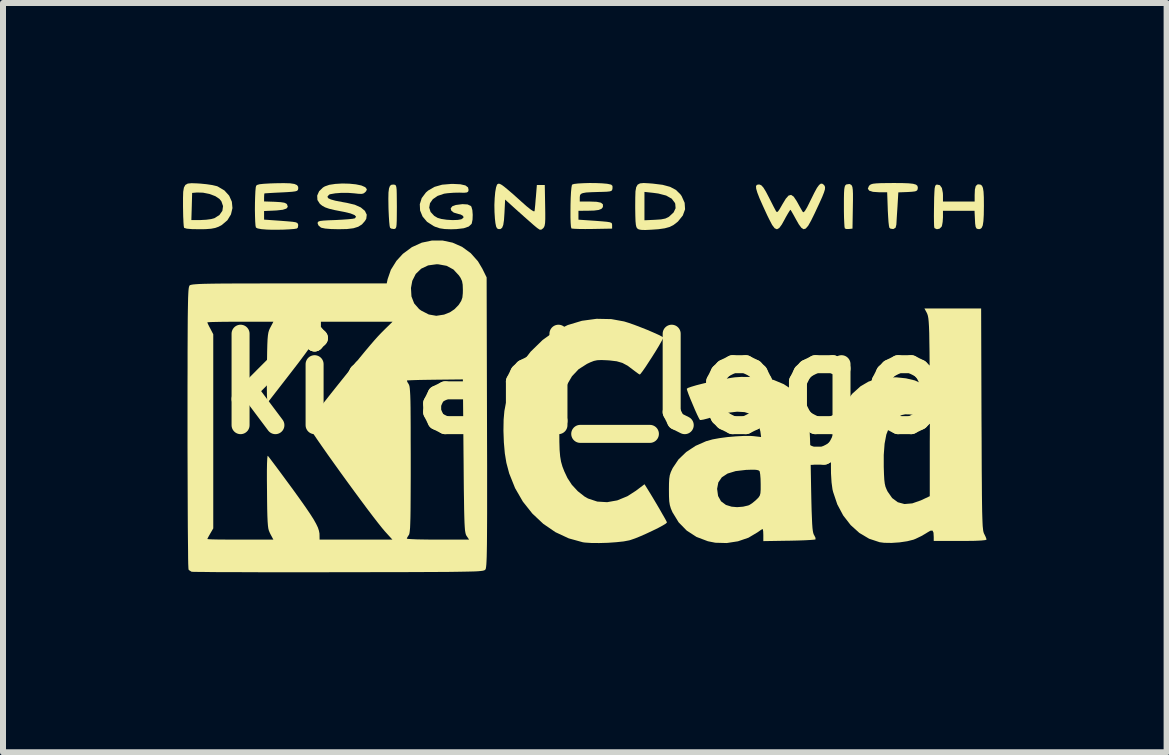
<source format=kicad_pcb>
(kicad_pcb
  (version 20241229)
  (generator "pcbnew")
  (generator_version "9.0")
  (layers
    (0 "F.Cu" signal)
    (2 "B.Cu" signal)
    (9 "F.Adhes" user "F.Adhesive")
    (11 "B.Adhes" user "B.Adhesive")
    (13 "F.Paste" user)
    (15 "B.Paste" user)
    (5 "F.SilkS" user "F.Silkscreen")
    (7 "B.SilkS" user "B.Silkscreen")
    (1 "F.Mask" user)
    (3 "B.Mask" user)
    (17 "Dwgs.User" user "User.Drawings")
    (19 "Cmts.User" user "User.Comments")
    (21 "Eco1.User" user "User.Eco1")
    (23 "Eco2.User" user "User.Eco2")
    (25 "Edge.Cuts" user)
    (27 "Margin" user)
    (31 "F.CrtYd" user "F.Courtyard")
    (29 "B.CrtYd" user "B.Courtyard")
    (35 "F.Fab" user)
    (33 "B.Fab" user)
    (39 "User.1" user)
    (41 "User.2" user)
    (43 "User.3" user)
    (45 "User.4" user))
  (footprint "kicad_logo"
    (layer "F.Cu")
    (at 6.656 3.346)
    (property "Reference" "kicad_logo" (at 0 0 0) (layer "F.SilkS") (effects (font (size 1.524 1.524) (thickness 0.3))))
    (attr board_only exclude_from_pos_files exclude_from_bom)
    (fp_poly (pts (xy 4.477 -3.317) (xy 4.491 -3.302) (xy 4.5 -3.276) (xy 4.506 -3.233) (xy 4.509 -3.165) (xy 4.509 -3.067) (xy 4.507 -2.938) (xy 4.501 -2.586) (xy 4.445 -2.58) (xy 4.397 -2.58) (xy 4.374 -2.589) (xy 4.368 -2.615) (xy 4.364 -2.678) (xy 4.36 -2.768) (xy 4.358 -2.88) (xy 4.358 -2.952) (xy 4.358 -3.084) (xy 4.36 -3.179) (xy 4.364 -3.243) (xy 4.371 -3.283) (xy 4.381 -3.307) (xy 4.395 -3.32) (xy 4.399 -3.322) (xy 4.45 -3.33)) (stroke (width 0) (type solid)) (fill yes) (layer "F.SilkS"))
    (fp_poly (pts (xy -3.138 -3.319) (xy -3.121 -3.315) (xy -3.109 -3.304) (xy -3.101 -3.279) (xy -3.096 -3.234) (xy -3.094 -3.164) (xy -3.093 -3.06) (xy -3.092 -2.949) (xy -3.093 -2.815) (xy -3.094 -2.719) (xy -3.097 -2.654) (xy -3.102 -2.614) (xy -3.111 -2.592) (xy -3.124 -2.583) (xy -3.14 -2.579) (xy -3.186 -2.586) (xy -3.206 -2.601) (xy -3.213 -2.633) (xy -3.22 -2.7) (xy -3.226 -2.793) (xy -3.231 -2.904) (xy -3.232 -2.945) (xy -3.234 -3.085) (xy -3.232 -3.187) (xy -3.223 -3.256) (xy -3.207 -3.298) (xy -3.183 -3.317) (xy -3.148 -3.32)) (stroke (width 0) (type solid)) (fill yes) (layer "F.SilkS"))
    (fp_poly (pts (xy 5.329 -3.345) (xy 5.437 -3.341) (xy 5.512 -3.333) (xy 5.559 -3.319) (xy 5.583 -3.299) (xy 5.59 -3.27) (xy 5.587 -3.242) (xy 5.576 -3.221) (xy 5.546 -3.207) (xy 5.489 -3.2) (xy 5.422 -3.196) (xy 5.265 -3.19) (xy 5.251 -2.954) (xy 5.244 -2.849) (xy 5.238 -2.754) (xy 5.234 -2.682) (xy 5.232 -2.652) (xy 5.219 -2.601) (xy 5.184 -2.58) (xy 5.18 -2.579) (xy 5.135 -2.585) (xy 5.116 -2.6) (xy 5.109 -2.631) (xy 5.101 -2.697) (xy 5.095 -2.789) (xy 5.089 -2.896) (xy 5.089 -2.909) (xy 5.079 -3.192) (xy 4.943 -3.192) (xy 4.842 -3.199) (xy 4.779 -3.219) (xy 4.757 -3.252) (xy 4.775 -3.296) (xy 4.789 -3.311) (xy 4.809 -3.324) (xy 4.843 -3.334) (xy 4.898 -3.34) (xy 4.98 -3.344) (xy 5.096 -3.345) (xy 5.182 -3.346)) (stroke (width 0) (type solid)) (fill yes) (layer "F.SilkS"))
    (fp_poly (pts (xy 6.635 -3.319) (xy 6.659 -3.301) (xy 6.675 -3.264) (xy 6.685 -3.202) (xy 6.69 -3.108) (xy 6.691 -2.978) (xy 6.691 -2.96) (xy 6.689 -2.816) (xy 6.683 -2.711) (xy 6.672 -2.639) (xy 6.653 -2.597) (xy 6.626 -2.578) (xy 6.591 -2.579) (xy 6.567 -2.589) (xy 6.553 -2.617) (xy 6.545 -2.671) (xy 6.542 -2.735) (xy 6.535 -2.883) (xy 6.009 -2.883) (xy 6.009 -2.772) (xy 6.004 -2.698) (xy 5.993 -2.637) (xy 5.986 -2.618) (xy 5.952 -2.585) (xy 5.907 -2.576) (xy 5.871 -2.592) (xy 5.864 -2.604) (xy 5.861 -2.635) (xy 5.859 -2.701) (xy 5.858 -2.795) (xy 5.859 -2.908) (xy 5.86 -2.972) (xy 5.862 -3.102) (xy 5.866 -3.194) (xy 5.87 -3.255) (xy 5.878 -3.292) (xy 5.888 -3.311) (xy 5.903 -3.319) (xy 5.908 -3.32) (xy 5.957 -3.31) (xy 5.991 -3.263) (xy 6.007 -3.181) (xy 6.009 -3.143) (xy 6.009 -3.037) (xy 6.537 -3.037) (xy 6.537 -3.146) (xy 6.541 -3.239) (xy 6.555 -3.295) (xy 6.582 -3.321) (xy 6.601 -3.324)) (stroke (width 0) (type solid)) (fill yes) (layer "F.SilkS"))
    (fp_poly (pts (xy 1.11 -3.341) (xy 1.174 -3.336) (xy 1.336 -3.316) (xy 1.462 -3.282) (xy 1.558 -3.231) (xy 1.631 -3.16) (xy 1.654 -3.128) (xy 1.704 -3.016) (xy 1.711 -2.908) (xy 1.673 -2.804) (xy 1.593 -2.705) (xy 1.579 -2.693) (xy 1.518 -2.646) (xy 1.452 -2.613) (xy 1.372 -2.591) (xy 1.267 -2.576) (xy 1.15 -2.568) (xy 1.048 -2.563) (xy 0.98 -2.565) (xy 0.939 -2.573) (xy 0.914 -2.589) (xy 0.9 -2.611) (xy 0.891 -2.649) (xy 0.885 -2.71) (xy 0.882 -2.801) (xy 0.88 -2.928) (xy 0.88 -2.961) (xy 0.881 -3.102) (xy 0.884 -3.198) (xy 1.034 -3.198) (xy 1.034 -2.725) (xy 1.209 -2.733) (xy 1.311 -2.74) (xy 1.382 -2.754) (xy 1.433 -2.778) (xy 1.446 -2.787) (xy 1.52 -2.856) (xy 1.553 -2.926) (xy 1.547 -3) (xy 1.541 -3.015) (xy 1.488 -3.085) (xy 1.396 -3.137) (xy 1.264 -3.171) (xy 1.182 -3.182) (xy 1.034 -3.198) (xy 0.884 -3.198) (xy 0.884 -3.205) (xy 0.896 -3.275) (xy 0.92 -3.318) (xy 0.96 -3.34) (xy 1.022 -3.346)) (stroke (width 0) (type solid)) (fill yes) (layer "F.SilkS"))
    (fp_poly (pts (xy -6.426 -3.34) (xy -6.364 -3.336) (xy -6.263 -3.326) (xy -6.169 -3.312) (xy -6.097 -3.295) (xy -6.079 -3.289) (xy -5.966 -3.222) (xy -5.887 -3.135) (xy -5.842 -3.034) (xy -5.832 -2.928) (xy -5.857 -2.823) (xy -5.916 -2.726) (xy -6.01 -2.646) (xy -6.064 -2.617) (xy -6.12 -2.597) (xy -6.189 -2.584) (xy -6.283 -2.577) (xy -6.387 -2.576) (xy -6.509 -2.578) (xy -6.592 -2.585) (xy -6.634 -2.597) (xy -6.638 -2.6) (xy -6.644 -2.63) (xy -6.649 -2.696) (xy -6.65 -2.729) (xy -6.517 -2.729) (xy -6.361 -2.729) (xy -6.27 -2.734) (xy -6.187 -2.745) (xy -6.132 -2.76) (xy -6.049 -2.813) (xy -6 -2.883) (xy -5.989 -2.961) (xy -6.016 -3.04) (xy -6.049 -3.081) (xy -6.118 -3.127) (xy -6.214 -3.163) (xy -6.322 -3.185) (xy -6.426 -3.188) (xy -6.432 -3.187) (xy -6.504 -3.181) (xy -6.51 -2.955) (xy -6.517 -2.729) (xy -6.65 -2.729) (xy -6.653 -2.788) (xy -6.655 -2.9) (xy -6.656 -2.954) (xy -6.656 -3.096) (xy -6.653 -3.2) (xy -6.641 -3.27) (xy -6.617 -3.314) (xy -6.576 -3.337) (xy -6.514 -3.343)) (stroke (width 0) (type solid)) (fill yes) (layer "F.SilkS"))
    (fp_poly (pts (xy -1.38 -3.333) (xy -1.35 -3.318) (xy -1.306 -3.287) (xy -1.244 -3.236) (xy -1.159 -3.163) (xy -1.047 -3.063) (xy -1.023 -3.041) (xy -0.928 -2.957) (xy -0.86 -2.903) (xy -0.818 -2.876) (xy -0.799 -2.875) (xy -0.797 -2.88) (xy -0.793 -2.917) (xy -0.786 -2.986) (xy -0.779 -3.075) (xy -0.775 -3.114) (xy -0.759 -3.313) (xy -0.627 -3.313) (xy -0.621 -2.97) (xy -0.619 -2.839) (xy -0.619 -2.744) (xy -0.622 -2.68) (xy -0.629 -2.638) (xy -0.639 -2.611) (xy -0.654 -2.592) (xy -0.657 -2.589) (xy -0.686 -2.568) (xy -0.711 -2.568) (xy -0.749 -2.593) (xy -0.773 -2.612) (xy -0.818 -2.65) (xy -0.886 -2.71) (xy -0.969 -2.783) (xy -1.058 -2.863) (xy -1.068 -2.871) (xy -1.288 -3.07) (xy -1.299 -2.846) (xy -1.307 -2.727) (xy -1.319 -2.647) (xy -1.338 -2.6) (xy -1.365 -2.579) (xy -1.401 -2.579) (xy -1.423 -2.591) (xy -1.438 -2.621) (xy -1.45 -2.68) (xy -1.458 -2.752) (xy -1.465 -2.863) (xy -1.467 -2.98) (xy -1.462 -3.093) (xy -1.453 -3.194) (xy -1.439 -3.273) (xy -1.423 -3.319) (xy -1.417 -3.325) (xy -1.401 -3.334)) (stroke (width 0) (type solid)) (fill yes) (layer "F.SilkS"))
    (fp_poly (pts (xy -2.034 -3.325) (xy -1.95 -3.306) (xy -1.906 -3.273) (xy -1.897 -3.229) (xy -1.904 -3.203) (xy -1.924 -3.189) (xy -1.966 -3.184) (xy -2.041 -3.185) (xy -2.047 -3.186) (xy -2.146 -3.184) (xy -2.247 -3.176) (xy -2.305 -3.168) (xy -2.414 -3.131) (xy -2.493 -3.076) (xy -2.54 -3.009) (xy -2.553 -2.936) (xy -2.53 -2.864) (xy -2.47 -2.799) (xy -2.413 -2.765) (xy -2.35 -2.747) (xy -2.262 -2.734) (xy -2.165 -2.728) (xy -2.078 -2.731) (xy -2.016 -2.742) (xy -2.016 -2.743) (xy -1.982 -2.767) (xy -1.987 -2.796) (xy -2.026 -2.82) (xy -2.069 -2.831) (xy -2.144 -2.853) (xy -2.186 -2.887) (xy -2.195 -2.925) (xy -2.167 -2.959) (xy -2.109 -2.98) (xy -1.999 -2.994) (xy -1.914 -2.989) (xy -1.86 -2.964) (xy -1.85 -2.951) (xy -1.834 -2.895) (xy -1.828 -2.816) (xy -1.831 -2.735) (xy -1.844 -2.673) (xy -1.848 -2.664) (xy -1.894 -2.621) (xy -1.977 -2.592) (xy -2.099 -2.578) (xy -2.188 -2.575) (xy -2.296 -2.579) (xy -2.377 -2.591) (xy -2.452 -2.616) (xy -2.48 -2.629) (xy -2.589 -2.699) (xy -2.664 -2.788) (xy -2.705 -2.888) (xy -2.71 -2.993) (xy -2.678 -3.095) (xy -2.608 -3.188) (xy -2.57 -3.221) (xy -2.464 -3.282) (xy -2.338 -3.318) (xy -2.183 -3.331) (xy -2.157 -3.331)) (stroke (width 0) (type solid)) (fill yes) (layer "F.SilkS"))
    (fp_poly (pts (xy 0.225 -3.345) (xy 0.324 -3.341) (xy 0.406 -3.334) (xy 0.425 -3.331) (xy 0.479 -3.319) (xy 0.501 -3.298) (xy 0.502 -3.26) (xy 0.502 -3.26) (xy 0.497 -3.234) (xy 0.486 -3.217) (xy 0.459 -3.207) (xy 0.408 -3.201) (xy 0.326 -3.198) (xy 0.275 -3.197) (xy 0.151 -3.193) (xy 0.063 -3.188) (xy 0.007 -3.178) (xy -0.025 -3.164) (xy -0.04 -3.141) (xy -0.044 -3.109) (xy -0.044 -3.103) (xy -0.044 -3.037) (xy 0.129 -3.037) (xy 0.239 -3.033) (xy 0.309 -3.018) (xy 0.342 -2.99) (xy 0.342 -2.95) (xy 0.34 -2.943) (xy 0.317 -2.915) (xy 0.271 -2.897) (xy 0.195 -2.887) (xy 0.083 -2.884) (xy -0.066 -2.883) (xy -0.066 -2.735) (xy 0.215 -2.716) (xy 0.33 -2.707) (xy 0.408 -2.7) (xy 0.457 -2.692) (xy 0.483 -2.682) (xy 0.493 -2.667) (xy 0.495 -2.646) (xy 0.495 -2.641) (xy 0.495 -2.586) (xy 0.164 -2.58) (xy 0.047 -2.579) (xy -0.054 -2.58) (xy -0.13 -2.583) (xy -0.175 -2.587) (xy -0.183 -2.589) (xy -0.191 -2.619) (xy -0.196 -2.683) (xy -0.199 -2.772) (xy -0.199 -2.877) (xy -0.198 -2.988) (xy -0.195 -3.097) (xy -0.19 -3.194) (xy -0.183 -3.268) (xy -0.175 -3.312) (xy -0.172 -3.319) (xy -0.14 -3.33) (xy -0.074 -3.338) (xy 0.016 -3.343) (xy 0.118 -3.346)) (stroke (width 0) (type solid)) (fill yes) (layer "F.SilkS"))
    (fp_poly (pts (xy -4.871 -3.341) (xy -4.799 -3.33) (xy -4.756 -3.311) (xy -4.737 -3.283) (xy -4.736 -3.251) (xy -4.742 -3.23) (xy -4.756 -3.216) (xy -4.786 -3.207) (xy -4.839 -3.2) (xy -4.923 -3.194) (xy -5.018 -3.189) (xy -5.123 -3.184) (xy -5.211 -3.179) (xy -5.272 -3.175) (xy -5.299 -3.173) (xy -5.299 -3.173) (xy -5.303 -3.151) (xy -5.305 -3.104) (xy -5.305 -3.039) (xy -5.125 -3.033) (xy -5.03 -3.027) (xy -4.969 -3.018) (xy -4.935 -3.003) (xy -4.922 -2.989) (xy -4.91 -2.949) (xy -4.933 -2.92) (xy -4.994 -2.9) (xy -5.095 -2.889) (xy -5.129 -2.887) (xy -5.305 -2.879) (xy -5.305 -2.736) (xy -5.024 -2.716) (xy -4.908 -2.707) (xy -4.83 -2.7) (xy -4.78 -2.692) (xy -4.753 -2.681) (xy -4.741 -2.665) (xy -4.736 -2.647) (xy -4.742 -2.604) (xy -4.758 -2.588) (xy -4.805 -2.58) (xy -4.885 -2.574) (xy -4.985 -2.569) (xy -5.095 -2.567) (xy -5.202 -2.568) (xy -5.26 -2.57) (xy -5.348 -2.577) (xy -5.412 -2.589) (xy -5.441 -2.604) (xy -5.448 -2.637) (xy -5.453 -2.704) (xy -5.456 -2.796) (xy -5.458 -2.901) (xy -5.457 -3.012) (xy -5.454 -3.117) (xy -5.45 -3.207) (xy -5.444 -3.272) (xy -5.437 -3.301) (xy -5.418 -3.315) (xy -5.378 -3.326) (xy -5.31 -3.333) (xy -5.207 -3.339) (xy -5.122 -3.342) (xy -4.977 -3.344)) (stroke (width 0) (type solid)) (fill yes) (layer "F.SilkS"))
    (fp_poly (pts (xy -3.885 -3.335) (xy -3.775 -3.324) (xy -3.684 -3.305) (xy -3.622 -3.278) (xy -3.613 -3.27) (xy -3.592 -3.241) (xy -3.603 -3.212) (xy -3.617 -3.196) (xy -3.642 -3.175) (xy -3.674 -3.165) (xy -3.728 -3.166) (xy -3.802 -3.174) (xy -3.906 -3.182) (xy -4.017 -3.182) (xy -4.12 -3.174) (xy -4.2 -3.16) (xy -4.218 -3.154) (xy -4.245 -3.126) (xy -4.248 -3.113) (xy -4.235 -3.092) (xy -4.192 -3.072) (xy -4.116 -3.051) (xy -4.002 -3.029) (xy -3.924 -3.015) (xy -3.793 -2.984) (xy -3.693 -2.939) (xy -3.625 -2.882) (xy -3.594 -2.818) (xy -3.602 -2.75) (xy -3.624 -2.713) (xy -3.674 -2.656) (xy -3.736 -2.617) (xy -3.816 -2.592) (xy -3.923 -2.579) (xy -4.061 -2.576) (xy -4.188 -2.579) (xy -4.286 -2.587) (xy -4.348 -2.6) (xy -4.358 -2.604) (xy -4.399 -2.639) (xy -4.413 -2.675) (xy -4.41 -2.692) (xy -4.397 -2.705) (xy -4.367 -2.714) (xy -4.313 -2.72) (xy -4.228 -2.725) (xy -4.116 -2.729) (xy -4.004 -2.735) (xy -3.907 -2.742) (xy -3.834 -2.749) (xy -3.794 -2.757) (xy -3.79 -2.759) (xy -3.772 -2.785) (xy -3.797 -2.812) (xy -3.864 -2.839) (xy -3.973 -2.865) (xy -4.01 -2.872) (xy -4.134 -2.896) (xy -4.224 -2.918) (xy -4.289 -2.941) (xy -4.337 -2.968) (xy -4.375 -2.999) (xy -4.416 -3.063) (xy -4.42 -3.136) (xy -4.388 -3.209) (xy -4.324 -3.271) (xy -4.292 -3.29) (xy -4.218 -3.316) (xy -4.118 -3.331) (xy -4.003 -3.338)) (stroke (width 0) (type solid)) (fill yes) (layer "F.SilkS"))
    (fp_poly (pts (xy 4.001 -3.333) (xy 4.023 -3.316) (xy 4.038 -3.297) (xy 4.044 -3.272) (xy 4.041 -3.237) (xy 4.025 -3.186) (xy 3.996 -3.113) (xy 3.951 -3.013) (xy 3.889 -2.88) (xy 3.872 -2.843) (xy 3.811 -2.719) (xy 3.763 -2.634) (xy 3.722 -2.587) (xy 3.686 -2.576) (xy 3.649 -2.6) (xy 3.606 -2.658) (xy 3.56 -2.739) (xy 3.52 -2.812) (xy 3.488 -2.868) (xy 3.47 -2.898) (xy 3.468 -2.9) (xy 3.455 -2.886) (xy 3.427 -2.841) (xy 3.389 -2.775) (xy 3.375 -2.748) (xy 3.323 -2.654) (xy 3.28 -2.596) (xy 3.242 -2.575) (xy 3.204 -2.592) (xy 3.162 -2.647) (xy 3.112 -2.743) (xy 3.079 -2.81) (xy 3.006 -2.969) (xy 2.951 -3.093) (xy 2.915 -3.186) (xy 2.896 -3.251) (xy 2.893 -3.293) (xy 2.906 -3.315) (xy 2.933 -3.321) (xy 2.955 -3.32) (xy 2.984 -3.306) (xy 3.017 -3.269) (xy 3.058 -3.202) (xy 3.104 -3.114) (xy 3.149 -3.026) (xy 3.188 -2.949) (xy 3.217 -2.895) (xy 3.226 -2.877) (xy 3.241 -2.862) (xy 3.258 -2.87) (xy 3.284 -2.906) (xy 3.324 -2.975) (xy 3.334 -2.993) (xy 3.39 -3.085) (xy 3.436 -3.137) (xy 3.478 -3.148) (xy 3.52 -3.12) (xy 3.567 -3.051) (xy 3.584 -3.021) (xy 3.623 -2.95) (xy 3.656 -2.892) (xy 3.674 -2.863) (xy 3.688 -2.859) (xy 3.71 -2.883) (xy 3.744 -2.94) (xy 3.79 -3.032) (xy 3.805 -3.063) (xy 3.864 -3.182) (xy 3.909 -3.265) (xy 3.945 -3.314) (xy 3.975 -3.336)) (stroke (width 0) (type solid)) (fill yes) (layer "F.SilkS"))
    (fp_poly (pts (xy 0.482 -1.078) (xy 0.695 -1.039) (xy 0.769 -1.016) (xy 0.864 -0.983) (xy 0.971 -0.942) (xy 1.08 -0.899) (xy 1.182 -0.855) (xy 1.267 -0.817) (xy 1.327 -0.786) (xy 1.347 -0.773) (xy 1.341 -0.751) (xy 1.314 -0.701) (xy 1.273 -0.629) (xy 1.221 -0.543) (xy 1.163 -0.451) (xy 1.104 -0.36) (xy 1.05 -0.277) (xy 1.003 -0.21) (xy 0.97 -0.167) (xy 0.957 -0.154) (xy 0.933 -0.167) (xy 0.888 -0.2) (xy 0.851 -0.228) (xy 0.754 -0.301) (xy 0.666 -0.348) (xy 0.572 -0.375) (xy 0.455 -0.389) (xy 0.412 -0.392) (xy 0.316 -0.396) (xy 0.247 -0.393) (xy 0.191 -0.381) (xy 0.132 -0.358) (xy 0.077 -0.332) (xy -0.063 -0.243) (xy -0.174 -0.125) (xy -0.262 0.026) (xy -0.271 0.046) (xy -0.309 0.138) (xy -0.338 0.222) (xy -0.359 0.304) (xy -0.372 0.395) (xy -0.38 0.504) (xy -0.384 0.639) (xy -0.385 0.803) (xy -0.384 0.971) (xy -0.38 1.103) (xy -0.371 1.209) (xy -0.356 1.298) (xy -0.333 1.379) (xy -0.301 1.461) (xy -0.257 1.554) (xy -0.249 1.571) (xy -0.176 1.683) (xy -0.077 1.79) (xy 0.033 1.877) (xy 0.094 1.912) (xy 0.248 1.963) (xy 0.412 1.973) (xy 0.581 1.943) (xy 0.749 1.874) (xy 0.891 1.783) (xy 1.035 1.674) (xy 1.066 1.723) (xy 1.115 1.802) (xy 1.171 1.894) (xy 1.23 1.993) (xy 1.287 2.09) (xy 1.337 2.178) (xy 1.378 2.249) (xy 1.403 2.296) (xy 1.409 2.311) (xy 1.39 2.33) (xy 1.338 2.362) (xy 1.262 2.403) (xy 1.17 2.448) (xy 1.07 2.495) (xy 0.971 2.539) (xy 0.88 2.576) (xy 0.805 2.602) (xy 0.781 2.609) (xy 0.687 2.627) (xy 0.564 2.64) (xy 0.424 2.65) (xy 0.282 2.654) (xy 0.15 2.653) (xy 0.043 2.646) (xy 0.007 2.641) (xy -0.228 2.576) (xy -0.449 2.473) (xy -0.652 2.334) (xy -0.834 2.163) (xy -0.992 1.964) (xy -1.122 1.739) (xy -1.22 1.494) (xy -1.267 1.317) (xy -1.293 1.159) (xy -1.309 0.975) (xy -1.316 0.782) (xy -1.313 0.598) (xy -1.3 0.451) (xy -1.244 0.169) (xy -1.154 -0.087) (xy -1.028 -0.321) (xy -0.863 -0.535) (xy -0.663 -0.73) (xy -0.465 -0.872) (xy -0.244 -0.979) (xy -0.008 -1.05) (xy 0.236 -1.083)) (stroke (width 0) (type solid)) (fill yes) (layer "F.SilkS"))
    (fp_poly (pts (xy 6.651 0.589) (xy 6.653 0.918) (xy 6.654 1.206) (xy 6.655 1.455) (xy 6.657 1.67) (xy 6.658 1.851) (xy 6.66 2.003) (xy 6.662 2.128) (xy 6.665 2.229) (xy 6.668 2.31) (xy 6.671 2.371) (xy 6.676 2.418) (xy 6.68 2.452) (xy 6.686 2.476) (xy 6.692 2.494) (xy 6.697 2.503) (xy 6.722 2.555) (xy 6.735 2.593) (xy 6.735 2.596) (xy 6.713 2.605) (xy 6.647 2.612) (xy 6.538 2.617) (xy 6.385 2.619) (xy 6.295 2.619) (xy 5.855 2.619) (xy 5.855 2.555) (xy 5.851 2.481) (xy 5.834 2.446) (xy 5.798 2.449) (xy 5.737 2.485) (xy 5.73 2.49) (xy 5.646 2.539) (xy 5.552 2.584) (xy 5.517 2.598) (xy 5.413 2.624) (xy 5.285 2.643) (xy 5.151 2.652) (xy 5.028 2.65) (xy 4.953 2.64) (xy 4.778 2.582) (xy 4.615 2.485) (xy 4.47 2.354) (xy 4.346 2.194) (xy 4.248 2.01) (xy 4.179 1.805) (xy 4.168 1.761) (xy 4.152 1.643) (xy 4.143 1.495) (xy 4.142 1.381) (xy 5.022 1.381) (xy 5.026 1.507) (xy 5.031 1.598) (xy 5.039 1.664) (xy 5.051 1.716) (xy 5.07 1.762) (xy 5.086 1.795) (xy 5.162 1.904) (xy 5.256 1.974) (xy 5.367 2.004) (xy 5.497 1.993) (xy 5.643 1.942) (xy 5.651 1.938) (xy 5.789 1.873) (xy 5.789 1.267) (xy 5.789 1.107) (xy 5.789 0.962) (xy 5.79 0.838) (xy 5.79 0.74) (xy 5.791 0.673) (xy 5.792 0.644) (xy 5.792 0.644) (xy 5.775 0.62) (xy 5.727 0.591) (xy 5.658 0.561) (xy 5.58 0.534) (xy 5.503 0.516) (xy 5.462 0.511) (xy 5.38 0.509) (xy 5.322 0.521) (xy 5.267 0.55) (xy 5.261 0.554) (xy 5.177 0.628) (xy 5.112 0.724) (xy 5.065 0.846) (xy 5.036 0.999) (xy 5.022 1.186) (xy 5.022 1.381) (xy 4.142 1.381) (xy 4.142 1.328) (xy 4.148 1.155) (xy 4.16 0.988) (xy 4.179 0.839) (xy 4.202 0.728) (xy 4.276 0.514) (xy 4.375 0.325) (xy 4.497 0.166) (xy 4.637 0.04) (xy 4.77 -0.037) (xy 4.905 -0.081) (xy 5.062 -0.104) (xy 5.229 -0.108) (xy 5.392 -0.091) (xy 5.54 -0.056) (xy 5.661 -0.002) (xy 5.667 0.002) (xy 5.725 0.037) (xy 5.767 0.061) (xy 5.78 0.066) (xy 5.783 0.045) (xy 5.785 -0.014) (xy 5.786 -0.106) (xy 5.787 -0.225) (xy 5.786 -0.365) (xy 5.785 -0.521) (xy 5.785 -0.523) (xy 5.782 -0.703) (xy 5.78 -0.845) (xy 5.776 -0.953) (xy 5.771 -1.034) (xy 5.765 -1.093) (xy 5.757 -1.135) (xy 5.747 -1.166) (xy 5.739 -1.183) (xy 5.7 -1.255) (xy 6.645 -1.255)) (stroke (width 0) (type solid)) (fill yes) (layer "F.SilkS"))
    (fp_poly (pts (xy 2.778 -0.114) (xy 2.913 -0.106) (xy 3.041 -0.093) (xy 3.147 -0.075) (xy 3.19 -0.063) (xy 3.355 0.006) (xy 3.498 0.099) (xy 3.611 0.209) (xy 3.673 0.304) (xy 3.701 0.359) (xy 3.724 0.411) (xy 3.742 0.464) (xy 3.757 0.524) (xy 3.77 0.594) (xy 3.779 0.679) (xy 3.787 0.784) (xy 3.793 0.914) (xy 3.798 1.073) (xy 3.803 1.266) (xy 3.807 1.498) (xy 3.808 1.546) (xy 3.812 1.775) (xy 3.816 1.964) (xy 3.82 2.116) (xy 3.825 2.238) (xy 3.829 2.331) (xy 3.834 2.401) (xy 3.84 2.451) (xy 3.847 2.486) (xy 3.855 2.51) (xy 3.862 2.522) (xy 3.884 2.566) (xy 3.885 2.593) (xy 3.885 2.594) (xy 3.859 2.598) (xy 3.797 2.603) (xy 3.704 2.608) (xy 3.588 2.612) (xy 3.457 2.615) (xy 3.443 2.615) (xy 3.015 2.622) (xy 3.015 2.521) (xy 3.013 2.462) (xy 3.007 2.426) (xy 3.003 2.421) (xy 2.979 2.433) (xy 2.935 2.464) (xy 2.919 2.475) (xy 2.768 2.565) (xy 2.593 2.625) (xy 2.405 2.654) (xy 2.216 2.649) (xy 2.091 2.624) (xy 1.901 2.552) (xy 1.738 2.446) (xy 1.604 2.309) (xy 1.501 2.141) (xy 1.5 2.139) (xy 1.474 2.078) (xy 1.457 2.021) (xy 1.447 1.958) (xy 1.443 1.875) (xy 1.442 1.772) (xy 1.442 1.752) (xy 2.245 1.752) (xy 2.261 1.87) (xy 2.31 1.958) (xy 2.392 2.019) (xy 2.487 2.048) (xy 2.578 2.056) (xy 2.677 2.048) (xy 2.763 2.028) (xy 2.784 2.019) (xy 2.828 1.991) (xy 2.883 1.946) (xy 2.9 1.93) (xy 2.935 1.895) (xy 2.956 1.863) (xy 2.967 1.822) (xy 2.971 1.761) (xy 2.971 1.674) (xy 2.969 1.584) (xy 2.963 1.51) (xy 2.955 1.463) (xy 2.952 1.455) (xy 2.931 1.441) (xy 2.889 1.433) (xy 2.816 1.432) (xy 2.726 1.435) (xy 2.554 1.455) (xy 2.419 1.496) (xy 2.323 1.559) (xy 2.265 1.644) (xy 2.245 1.75) (xy 2.245 1.752) (xy 1.442 1.752) (xy 1.443 1.662) (xy 1.447 1.584) (xy 1.456 1.525) (xy 1.473 1.472) (xy 1.5 1.414) (xy 1.507 1.401) (xy 1.601 1.261) (xy 1.73 1.137) (xy 1.886 1.034) (xy 2.061 0.957) (xy 2.168 0.927) (xy 2.282 0.906) (xy 2.416 0.888) (xy 2.557 0.876) (xy 2.69 0.869) (xy 2.802 0.869) (xy 2.848 0.872) (xy 2.978 0.887) (xy 2.966 0.795) (xy 2.934 0.674) (xy 2.877 0.574) (xy 2.8 0.504) (xy 2.794 0.501) (xy 2.702 0.472) (xy 2.578 0.465) (xy 2.431 0.482) (xy 2.266 0.522) (xy 2.182 0.549) (xy 2.093 0.577) (xy 2.019 0.596) (xy 1.971 0.604) (xy 1.958 0.602) (xy 1.941 0.573) (xy 1.912 0.514) (xy 1.876 0.434) (xy 1.838 0.344) (xy 1.8 0.254) (xy 1.768 0.173) (xy 1.747 0.113) (xy 1.739 0.084) (xy 1.759 0.069) (xy 1.816 0.049) (xy 1.9 0.024) (xy 2.006 -0.003) (xy 2.124 -0.031) (xy 2.249 -0.058) (xy 2.372 -0.081) (xy 2.485 -0.1) (xy 2.543 -0.108) (xy 2.65 -0.115)) (stroke (width 0) (type solid)) (fill yes) (layer "F.SilkS"))
    (fp_poly (pts (xy -2.332 -2.388) (xy -2.163 -2.352) (xy -2.005 -2.282) (xy -1.862 -2.178) (xy -1.741 -2.042) (xy -1.668 -1.919) (xy -1.596 -1.773) (xy -1.59 0.639) (xy -1.589 1.022) (xy -1.588 1.364) (xy -1.588 1.667) (xy -1.588 1.933) (xy -1.588 2.164) (xy -1.589 2.363) (xy -1.59 2.532) (xy -1.591 2.674) (xy -1.593 2.79) (xy -1.595 2.884) (xy -1.598 2.957) (xy -1.601 3.011) (xy -1.605 3.05) (xy -1.609 3.076) (xy -1.614 3.091) (xy -1.616 3.093) (xy -1.621 3.1) (xy -1.63 3.106) (xy -1.643 3.111) (xy -1.664 3.116) (xy -1.696 3.12) (xy -1.739 3.124) (xy -1.798 3.127) (xy -1.874 3.129) (xy -1.97 3.131) (xy -2.088 3.133) (xy -2.231 3.135) (xy -2.402 3.136) (xy -2.602 3.137) (xy -2.834 3.138) (xy -3.101 3.139) (xy -3.405 3.139) (xy -3.748 3.14) (xy -4.065 3.14) (xy -4.388 3.141) (xy -4.699 3.141) (xy -4.995 3.141) (xy -5.273 3.141) (xy -5.53 3.14) (xy -5.764 3.139) (xy -5.972 3.139) (xy -6.15 3.138) (xy -6.296 3.136) (xy -6.408 3.135) (xy -6.481 3.134) (xy -6.514 3.132) (xy -6.515 3.132) (xy -6.555 3.106) (xy -6.564 3.095) (xy -6.566 3.07) (xy -6.569 3.004) (xy -6.571 2.9) (xy -6.572 2.76) (xy -6.574 2.588) (xy -6.574 2.587) (xy -6.251 2.587) (xy -6.23 2.59) (xy -6.171 2.593) (xy -6.079 2.595) (xy -5.962 2.596) (xy -5.823 2.597) (xy -5.7 2.597) (xy -5.15 2.597) (xy -5.2 2.504) (xy -5.214 2.474) (xy -5.226 2.444) (xy -5.235 2.408) (xy -5.241 2.36) (xy -5.246 2.294) (xy -5.25 2.205) (xy -5.253 2.088) (xy -5.255 1.936) (xy -5.256 1.794) (xy -5.258 1.604) (xy -5.258 1.448) (xy -5.256 1.328) (xy -5.252 1.246) (xy -5.247 1.204) (xy -5.243 1.2) (xy -5.223 1.224) (xy -5.183 1.277) (xy -5.125 1.354) (xy -5.054 1.449) (xy -4.975 1.556) (xy -4.97 1.563) (xy -4.827 1.757) (xy -4.709 1.921) (xy -4.613 2.057) (xy -4.537 2.169) (xy -4.479 2.26) (xy -4.437 2.335) (xy -4.408 2.396) (xy -4.391 2.448) (xy -4.382 2.494) (xy -4.381 2.526) (xy -4.38 2.597) (xy -3.166 2.597) (xy -3.181 2.581) (xy -2.927 2.581) (xy -2.906 2.585) (xy -2.847 2.589) (xy -2.756 2.593) (xy -2.64 2.595) (xy -2.504 2.597) (xy -2.408 2.597) (xy -1.888 2.597) (xy -1.929 2.537) (xy -1.938 2.522) (xy -1.945 2.502) (xy -1.951 2.475) (xy -1.957 2.437) (xy -1.961 2.383) (xy -1.965 2.311) (xy -1.968 2.217) (xy -1.971 2.098) (xy -1.973 1.949) (xy -1.976 1.769) (xy -1.978 1.552) (xy -1.98 1.296) (xy -1.981 1.202) (xy -1.992 -0.073) (xy -2.454 -0.068) (xy -2.592 -0.066) (xy -2.714 -0.064) (xy -2.814 -0.061) (xy -2.885 -0.058) (xy -2.921 -0.056) (xy -2.924 -0.055) (xy -2.919 -0.033) (xy -2.897 0.003) (xy -2.889 0.018) (xy -2.882 0.041) (xy -2.877 0.075) (xy -2.873 0.125) (xy -2.869 0.193) (xy -2.866 0.283) (xy -2.864 0.398) (xy -2.863 0.543) (xy -2.862 0.72) (xy -2.862 0.933) (xy -2.861 1.186) (xy -2.861 1.266) (xy -2.861 1.533) (xy -2.862 1.76) (xy -2.863 1.949) (xy -2.864 2.104) (xy -2.866 2.229) (xy -2.869 2.326) (xy -2.872 2.4) (xy -2.877 2.453) (xy -2.882 2.489) (xy -2.888 2.512) (xy -2.894 2.521) (xy -2.919 2.561) (xy -2.927 2.581) (xy -3.181 2.581) (xy -3.291 2.46) (xy -3.339 2.403) (xy -3.406 2.319) (xy -3.489 2.212) (xy -3.584 2.087) (xy -3.688 1.947) (xy -3.798 1.798) (xy -3.912 1.642) (xy -4.026 1.485) (xy -4.137 1.33) (xy -4.242 1.183) (xy -4.338 1.046) (xy -4.422 0.925) (xy -4.491 0.823) (xy -4.542 0.745) (xy -4.572 0.694) (xy -4.578 0.678) (xy -4.565 0.654) (xy -4.527 0.6) (xy -4.468 0.52) (xy -4.391 0.419) (xy -4.299 0.3) (xy -4.195 0.168) (xy -4.113 0.065) (xy -3.956 -0.131) (xy -3.823 -0.296) (xy -3.711 -0.434) (xy -3.617 -0.548) (xy -3.537 -0.643) (xy -3.469 -0.722) (xy -3.41 -0.788) (xy -3.355 -0.846) (xy -3.302 -0.899) (xy -3.282 -0.919) (xy -3.164 -1.034) (xy -4.358 -1.034) (xy -4.358 -0.961) (xy -4.363 -0.919) (xy -4.381 -0.868) (xy -4.413 -0.804) (xy -4.462 -0.724) (xy -4.53 -0.624) (xy -4.619 -0.501) (xy -4.731 -0.351) (xy -4.869 -0.172) (xy -4.886 -0.15) (xy -5.249 0.318) (xy -5.257 0.208) (xy -5.258 0.153) (xy -5.259 0.063) (xy -5.259 -0.055) (xy -5.259 -0.191) (xy -5.257 -0.337) (xy -5.256 -0.374) (xy -5.254 -0.532) (xy -5.251 -0.652) (xy -5.247 -0.742) (xy -5.241 -0.807) (xy -5.233 -0.856) (xy -5.222 -0.893) (xy -5.207 -0.927) (xy -5.199 -0.941) (xy -5.15 -1.034) (xy -5.7 -1.034) (xy -5.851 -1.034) (xy -5.986 -1.033) (xy -6.099 -1.031) (xy -6.185 -1.029) (xy -6.237 -1.026) (xy -6.251 -1.024) (xy -6.242 -1) (xy -6.218 -0.951) (xy -6.201 -0.92) (xy -6.152 -0.825) (xy -6.152 2.41) (xy -6.201 2.494) (xy -6.231 2.547) (xy -6.249 2.582) (xy -6.251 2.587) (xy -6.574 2.587) (xy -6.576 2.387) (xy -6.577 2.159) (xy -6.578 1.907) (xy -6.579 1.634) (xy -6.58 1.343) (xy -6.581 1.038) (xy -6.581 0.733) (xy -6.581 0.359) (xy -6.581 0.026) (xy -6.58 -0.267) (xy -6.58 -0.524) (xy -6.579 -0.747) (xy -6.578 -0.938) (xy -6.577 -1.099) (xy -6.575 -1.234) (xy -6.573 -1.344) (xy -6.571 -1.433) (xy -6.568 -1.501) (xy -6.565 -1.553) (xy -6.561 -1.59) (xy -6.56 -1.597) (xy -2.857 -1.597) (xy -2.849 -1.456) (xy -2.804 -1.34) (xy -2.722 -1.246) (xy -2.685 -1.219) (xy -2.56 -1.155) (xy -2.435 -1.133) (xy -2.305 -1.153) (xy -2.209 -1.191) (xy -2.134 -1.241) (xy -2.066 -1.31) (xy -2.055 -1.325) (xy -2.019 -1.383) (xy -2 -1.438) (xy -1.993 -1.509) (xy -1.992 -1.564) (xy -1.995 -1.651) (xy -2.006 -1.712) (xy -2.031 -1.766) (xy -2.058 -1.806) (xy -2.15 -1.905) (xy -2.263 -1.966) (xy -2.399 -1.991) (xy -2.432 -1.992) (xy -2.571 -1.973) (xy -2.687 -1.918) (xy -2.777 -1.831) (xy -2.835 -1.716) (xy -2.857 -1.597) (xy -6.56 -1.597) (xy -6.556 -1.615) (xy -6.551 -1.631) (xy -6.547 -1.638) (xy -6.536 -1.645) (xy -6.518 -1.65) (xy -6.489 -1.655) (xy -6.445 -1.659) (xy -6.385 -1.663) (xy -6.304 -1.666) (xy -6.201 -1.668) (xy -6.072 -1.67) (xy -5.913 -1.671) (xy -5.723 -1.672) (xy -5.499 -1.672) (xy -5.236 -1.673) (xy -4.933 -1.673) (xy -4.886 -1.673) (xy -3.261 -1.673) (xy -3.246 -1.744) (xy -3.192 -1.9) (xy -3.099 -2.049) (xy -2.993 -2.165) (xy -2.842 -2.277) (xy -2.677 -2.352) (xy -2.505 -2.388)) (stroke (width 0) (type solid)) (fill yes) (layer "F.SilkS")))
  (gr_rect
    (start -3 -3)
    (end 16.392 9.487)
    (stroke (width 0.1) (type default))
    (fill no)
    (layer "Edge.Cuts")))
</source>
